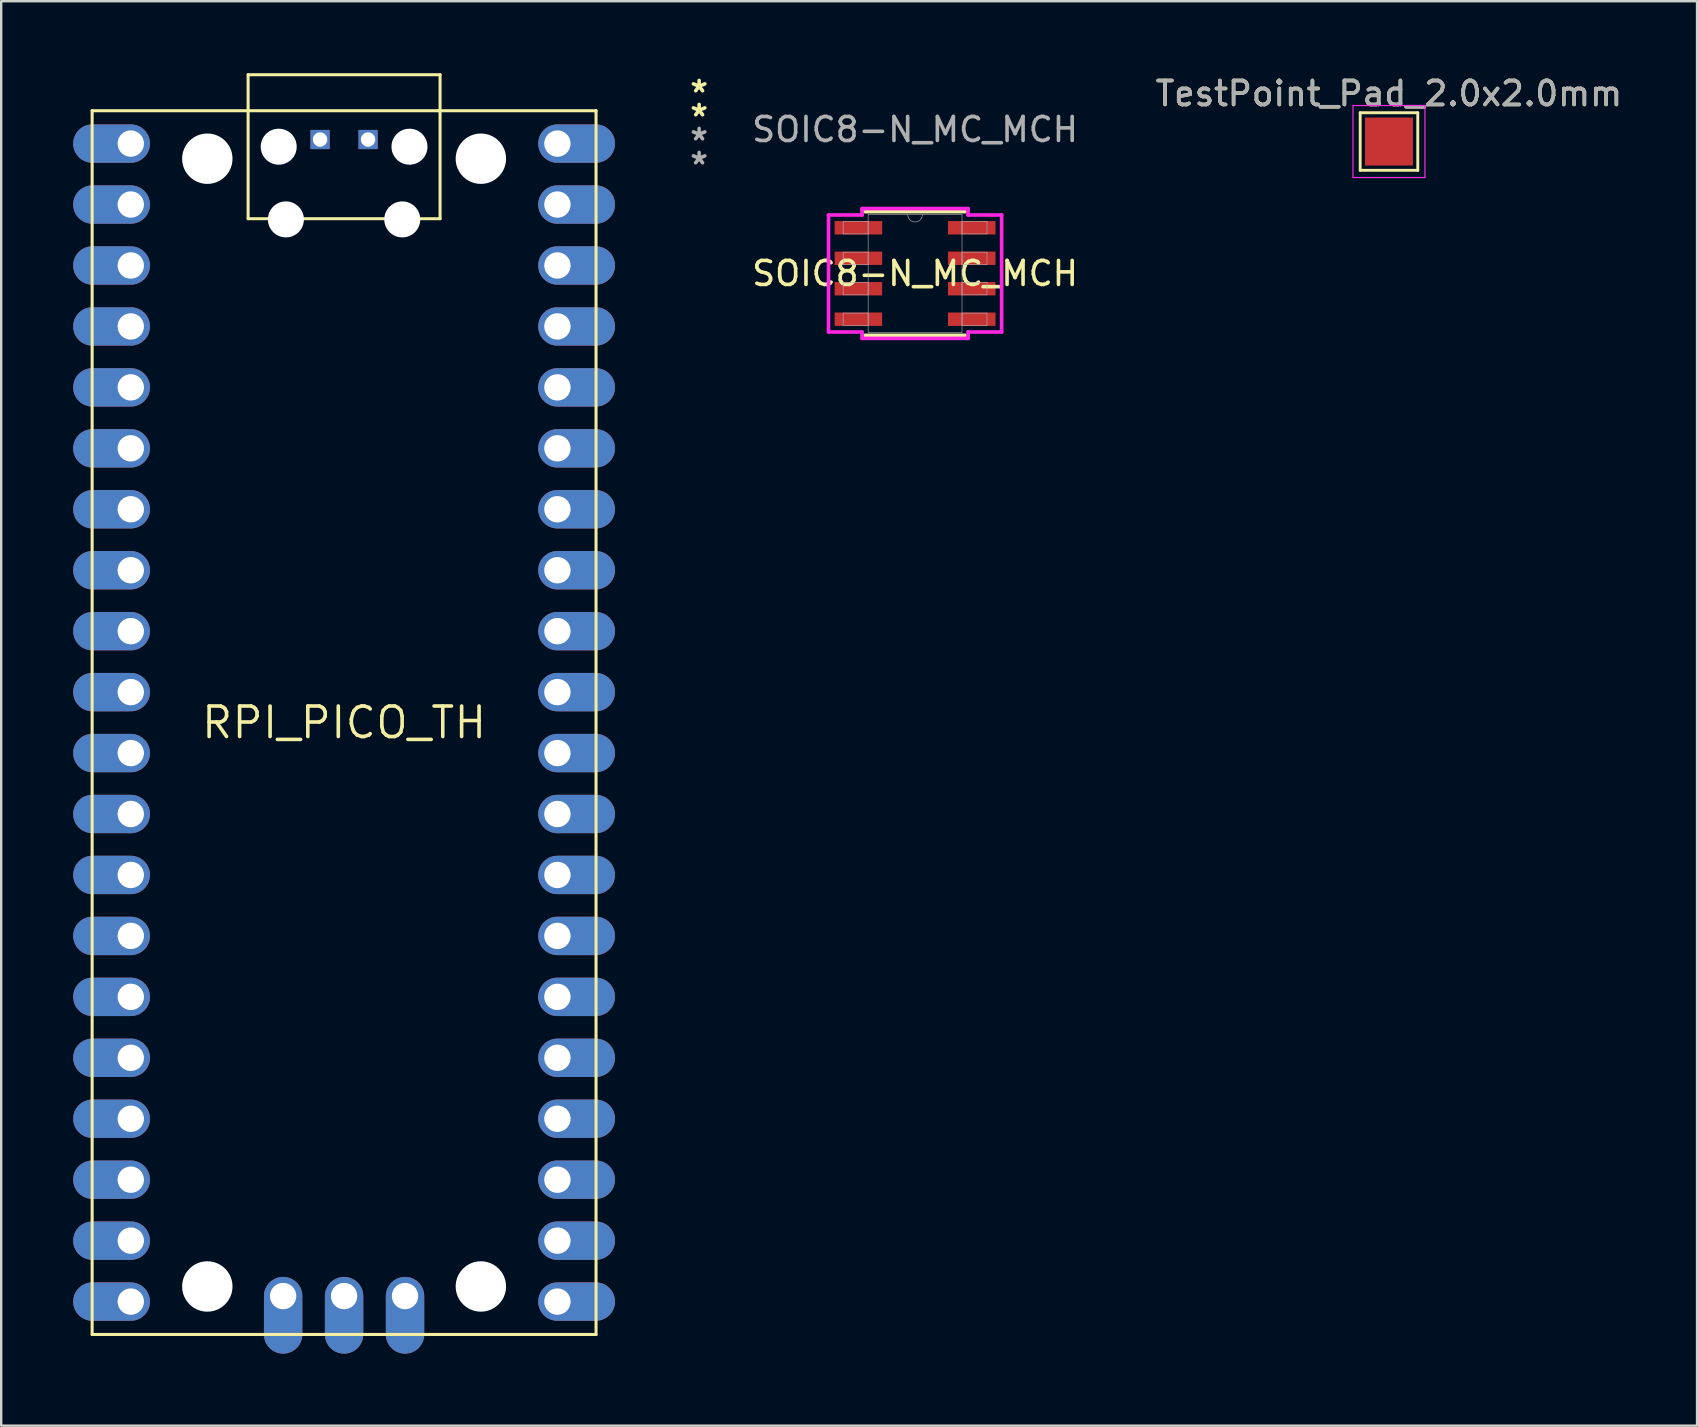
<source format=kicad_pcb>
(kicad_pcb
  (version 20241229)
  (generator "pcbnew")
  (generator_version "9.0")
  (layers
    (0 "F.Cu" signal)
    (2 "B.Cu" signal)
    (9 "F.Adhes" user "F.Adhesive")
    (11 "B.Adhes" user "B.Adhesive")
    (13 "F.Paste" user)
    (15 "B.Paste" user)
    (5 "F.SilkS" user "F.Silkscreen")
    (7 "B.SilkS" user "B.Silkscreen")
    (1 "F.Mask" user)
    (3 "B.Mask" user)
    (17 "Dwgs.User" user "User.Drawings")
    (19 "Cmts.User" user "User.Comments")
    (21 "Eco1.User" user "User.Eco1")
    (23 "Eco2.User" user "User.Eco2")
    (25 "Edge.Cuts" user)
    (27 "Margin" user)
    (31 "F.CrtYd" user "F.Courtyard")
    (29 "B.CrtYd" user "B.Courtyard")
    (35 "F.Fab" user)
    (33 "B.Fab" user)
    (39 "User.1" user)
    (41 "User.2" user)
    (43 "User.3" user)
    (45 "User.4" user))
  (footprint "SOIC8-N_MC_MCH"
    (layer "F.Cu")
    (at 35.086 8.348)
    (property "Reference" "SOIC8-N_MC_MCH" (at 0 0 0) (unlocked yes) (layer "F.SilkS") (effects (font (size 1 1) (thickness 0.15))))
    (attr smd)
    (fp_line (start -2.083 2.578) (end 2.083 2.578) (stroke (width 0.152) (type solid)) (layer "F.SilkS"))
    (fp_line (start 2.083 -2.578) (end -2.083 -2.578) (stroke (width 0.152) (type solid)) (layer "F.SilkS"))
    (fp_line (start -3.607 -2.438) (end -2.21 -2.438) (stroke (width 0.152) (type solid)) (layer "F.CrtYd"))
    (fp_line (start -3.607 2.438) (end -3.607 -2.438) (stroke (width 0.152) (type solid)) (layer "F.CrtYd"))
    (fp_line (start -3.607 2.438) (end -2.21 2.438) (stroke (width 0.152) (type solid)) (layer "F.CrtYd"))
    (fp_line (start -2.21 -2.705) (end 2.21 -2.705) (stroke (width 0.152) (type solid)) (layer "F.CrtYd"))
    (fp_line (start -2.21 -2.438) (end -2.21 -2.705) (stroke (width 0.152) (type solid)) (layer "F.CrtYd"))
    (fp_line (start -2.21 2.705) (end -2.21 2.438) (stroke (width 0.152) (type solid)) (layer "F.CrtYd"))
    (fp_line (start 2.21 -2.705) (end 2.21 -2.438) (stroke (width 0.152) (type solid)) (layer "F.CrtYd"))
    (fp_line (start 2.21 2.438) (end 2.21 2.705) (stroke (width 0.152) (type solid)) (layer "F.CrtYd"))
    (fp_line (start 2.21 2.705) (end -2.21 2.705) (stroke (width 0.152) (type solid)) (layer "F.CrtYd"))
    (fp_line (start 3.607 -2.438) (end 2.21 -2.438) (stroke (width 0.152) (type solid)) (layer "F.CrtYd"))
    (fp_line (start 3.607 -2.438) (end 3.607 2.438) (stroke (width 0.152) (type solid)) (layer "F.CrtYd"))
    (fp_line (start 3.607 2.438) (end 2.21 2.438) (stroke (width 0.152) (type solid)) (layer "F.CrtYd"))
    (fp_line (start -2.997 -2.159) (end -2.997 -1.651) (stroke (width 0.025) (type solid)) (layer "F.Fab"))
    (fp_line (start -2.997 -1.651) (end -1.956 -1.651) (stroke (width 0.025) (type solid)) (layer "F.Fab"))
    (fp_line (start -2.997 -0.889) (end -2.997 -0.381) (stroke (width 0.025) (type solid)) (layer "F.Fab"))
    (fp_line (start -2.997 -0.381) (end -1.956 -0.381) (stroke (width 0.025) (type solid)) (layer "F.Fab"))
    (fp_line (start -2.997 0.381) (end -2.997 0.889) (stroke (width 0.025) (type solid)) (layer "F.Fab"))
    (fp_line (start -2.997 0.889) (end -1.956 0.889) (stroke (width 0.025) (type solid)) (layer "F.Fab"))
    (fp_line (start -2.997 1.651) (end -2.997 2.159) (stroke (width 0.025) (type solid)) (layer "F.Fab"))
    (fp_line (start -2.997 2.159) (end -1.956 2.159) (stroke (width 0.025) (type solid)) (layer "F.Fab"))
    (fp_line (start -1.956 -2.451) (end -1.956 2.451) (stroke (width 0.025) (type solid)) (layer "F.Fab"))
    (fp_line (start -1.956 -2.159) (end -2.997 -2.159) (stroke (width 0.025) (type solid)) (layer "F.Fab"))
    (fp_line (start -1.956 -1.651) (end -1.956 -2.159) (stroke (width 0.025) (type solid)) (layer "F.Fab"))
    (fp_line (start -1.956 -0.889) (end -2.997 -0.889) (stroke (width 0.025) (type solid)) (layer "F.Fab"))
    (fp_line (start -1.956 -0.381) (end -1.956 -0.889) (stroke (width 0.025) (type solid)) (layer "F.Fab"))
    (fp_line (start -1.956 0.381) (end -2.997 0.381) (stroke (width 0.025) (type solid)) (layer "F.Fab"))
    (fp_line (start -1.956 0.889) (end -1.956 0.381) (stroke (width 0.025) (type solid)) (layer "F.Fab"))
    (fp_line (start -1.956 1.651) (end -2.997 1.651) (stroke (width 0.025) (type solid)) (layer "F.Fab"))
    (fp_line (start -1.956 2.159) (end -1.956 1.651) (stroke (width 0.025) (type solid)) (layer "F.Fab"))
    (fp_line (start -1.956 2.451) (end 1.956 2.451) (stroke (width 0.025) (type solid)) (layer "F.Fab"))
    (fp_line (start 1.956 -2.451) (end -1.956 -2.451) (stroke (width 0.025) (type solid)) (layer "F.Fab"))
    (fp_line (start 1.956 -2.159) (end 1.956 -1.651) (stroke (width 0.025) (type solid)) (layer "F.Fab"))
    (fp_line (start 1.956 -1.651) (end 2.997 -1.651) (stroke (width 0.025) (type solid)) (layer "F.Fab"))
    (fp_line (start 1.956 -0.889) (end 1.956 -0.381) (stroke (width 0.025) (type solid)) (layer "F.Fab"))
    (fp_line (start 1.956 -0.381) (end 2.997 -0.381) (stroke (width 0.025) (type solid)) (layer "F.Fab"))
    (fp_line (start 1.956 0.381) (end 1.956 0.889) (stroke (width 0.025) (type solid)) (layer "F.Fab"))
    (fp_line (start 1.956 0.889) (end 2.997 0.889) (stroke (width 0.025) (type solid)) (layer "F.Fab"))
    (fp_line (start 1.956 1.651) (end 1.956 2.159) (stroke (width 0.025) (type solid)) (layer "F.Fab"))
    (fp_line (start 1.956 2.159) (end 2.997 2.159) (stroke (width 0.025) (type solid)) (layer "F.Fab"))
    (fp_line (start 1.956 2.451) (end 1.956 -2.451) (stroke (width 0.025) (type solid)) (layer "F.Fab"))
    (fp_line (start 2.997 -2.159) (end 1.956 -2.159) (stroke (width 0.025) (type solid)) (layer "F.Fab"))
    (fp_line (start 2.997 -1.651) (end 2.997 -2.159) (stroke (width 0.025) (type solid)) (layer "F.Fab"))
    (fp_line (start 2.997 -0.889) (end 1.956 -0.889) (stroke (width 0.025) (type solid)) (layer "F.Fab"))
    (fp_line (start 2.997 -0.381) (end 2.997 -0.889) (stroke (width 0.025) (type solid)) (layer "F.Fab"))
    (fp_line (start 2.997 0.381) (end 1.956 0.381) (stroke (width 0.025) (type solid)) (layer "F.Fab"))
    (fp_line (start 2.997 0.889) (end 2.997 0.381) (stroke (width 0.025) (type solid)) (layer "F.Fab"))
    (fp_line (start 2.997 1.651) (end 1.956 1.651) (stroke (width 0.025) (type solid)) (layer "F.Fab"))
    (fp_line (start 2.997 2.159) (end 2.997 1.651) (stroke (width 0.025) (type solid)) (layer "F.Fab"))
    (fp_arc (start 0.3048 -2.4511) (mid 0 -2.1463) (end -0.3048 -2.4511) (stroke (width 0.0254) (type solid)) (layer "F.Fab"))
    (fp_text user "*" (at -9 -7.5 0) (layer "F.SilkS") (effects (font (size 1 1) (thickness 0.15))))
    (fp_text user "*" (at -9 -6.5 0) (unlocked yes) (layer "F.SilkS") (effects (font (size 1 1) (thickness 0.15))))
    (fp_text user "${REFERENCE}" (at 0 -6 0) (unlocked yes) (layer "F.Fab") (effects (font (size 1 1) (thickness 0.15))))
    (fp_text user "*" (at -9 -5.5 0) (layer "F.Fab") (effects (font (size 1 1) (thickness 0.15))))
    (fp_text user "*" (at -9 -4.5 0) (unlocked yes) (layer "F.Fab") (effects (font (size 1 1) (thickness 0.15))))
    (pad "1" smd rect (at -2.362 -1.905) (size 1.981 0.559) (layers "F.Cu" "F.Mask" "F.Paste"))
    (pad "2" smd rect (at -2.362 -0.635) (size 1.981 0.559) (layers "F.Cu" "F.Mask" "F.Paste"))
    (pad "3" smd rect (at -2.362 0.635) (size 1.981 0.559) (layers "F.Cu" "F.Mask" "F.Paste"))
    (pad "4" smd rect (at -2.362 1.905) (size 1.981 0.559) (layers "F.Cu" "F.Mask" "F.Paste"))
    (pad "5" smd rect (at 2.362 1.905) (size 1.981 0.559) (layers "F.Cu" "F.Mask" "F.Paste"))
    (pad "6" smd rect (at 2.362 0.635) (size 1.981 0.559) (layers "F.Cu" "F.Mask" "F.Paste"))
    (pad "7" smd rect (at 2.362 -0.635) (size 1.981 0.559) (layers "F.Cu" "F.Mask" "F.Paste"))
    (pad "8" smd rect (at 2.362 -1.905) (size 1.981 0.559) (layers "F.Cu" "F.Mask" "F.Paste")))
  (footprint "TestPoint_Pad_2.0x2.0mm"
    (layer "F.Cu")
    (at 54.836 2.848)
    (property "Reference" "TestPoint_Pad_2.0x2.0mm" (at 0 -1.998 0) (layer "F.SilkS") (effects (font (size 1 1) (thickness 0.15))))
    (attr exclude_from_pos_files exclude_from_bom)
    (fp_line (start -1.2 -1.2) (end 1.2 -1.2) (stroke (width 0.12) (type solid)) (layer "F.SilkS"))
    (fp_line (start -1.2 1.2) (end -1.2 -1.2) (stroke (width 0.12) (type solid)) (layer "F.SilkS"))
    (fp_line (start 1.2 -1.2) (end 1.2 1.2) (stroke (width 0.12) (type solid)) (layer "F.SilkS"))
    (fp_line (start 1.2 1.2) (end -1.2 1.2) (stroke (width 0.12) (type solid)) (layer "F.SilkS"))
    (fp_line (start -1.5 -1.5) (end -1.5 1.5) (stroke (width 0.05) (type solid)) (layer "F.CrtYd"))
    (fp_line (start -1.5 -1.5) (end 1.5 -1.5) (stroke (width 0.05) (type solid)) (layer "F.CrtYd"))
    (fp_line (start 1.5 1.5) (end -1.5 1.5) (stroke (width 0.05) (type solid)) (layer "F.CrtYd"))
    (fp_line (start 1.5 1.5) (end 1.5 -1.5) (stroke (width 0.05) (type solid)) (layer "F.CrtYd"))
    (fp_text user "${REFERENCE}" (at 0 -2 0) (layer "F.Fab") (effects (font (size 1 1) (thickness 0.15))))
    (pad "1" smd rect (at 0 0) (size 2 2) (layers "F.Cu" "F.Mask")))
  (footprint "RPI_PICO_TH"
    (layer "F.Cu")
    (at 11.29 27.064)
    (property "Reference" "RPI_PICO_TH" (at 0 0 0) (layer "F.SilkS") (effects (font (size 1.27 1.27) (thickness 0.15))))
    (fp_line (start -10.5 -25.5) (end -4 -25.5) (stroke (width 0.127) (type solid)) (layer "F.SilkS"))
    (fp_line (start -10.5 25.5) (end -10.5 -25.5) (stroke (width 0.127) (type solid)) (layer "F.SilkS"))
    (fp_line (start -4 -27) (end 4 -27) (stroke (width 0.127) (type solid)) (layer "F.SilkS"))
    (fp_line (start -4 -25.5) (end -4 -27) (stroke (width 0.127) (type solid)) (layer "F.SilkS"))
    (fp_line (start -4 -25.5) (end -4 -21) (stroke (width 0.127) (type solid)) (layer "F.SilkS"))
    (fp_line (start -4 -25.5) (end 3.9 -25.5) (stroke (width 0.127) (type solid)) (layer "F.SilkS"))
    (fp_line (start -4 -21) (end 4 -21) (stroke (width 0.127) (type solid)) (layer "F.SilkS"))
    (fp_line (start 3.9 -25.5) (end 10.5 -25.5) (stroke (width 0.127) (type solid)) (layer "F.SilkS"))
    (fp_line (start 4 -27) (end 4 -25.5) (stroke (width 0.127) (type solid)) (layer "F.SilkS"))
    (fp_line (start 4 -21) (end 4 -25.5) (stroke (width 0.127) (type solid)) (layer "F.SilkS"))
    (fp_line (start 10.5 -25.5) (end 10.5 25.5) (stroke (width 0.127) (type solid)) (layer "F.SilkS"))
    (fp_line (start 10.5 25.5) (end -10.5 25.5) (stroke (width 0.127) (type solid)) (layer "F.SilkS"))
    (pad "" np_thru_hole circle (at -5.7 -23.5) (size 2.1 2.1) (drill 2.1) (layers "*.Cu" "*.Mask"))
    (pad "" np_thru_hole circle (at -5.7 23.5) (size 2.1 2.1) (drill 2.1) (layers "*.Cu" "*.Mask"))
    (pad "" np_thru_hole circle (at -2.725 -24) (size 1.5 1.5) (drill 1.5) (layers "*.Cu" "*.Mask"))
    (pad "" np_thru_hole circle (at -2.425 -20.97) (size 1.5 1.5) (drill 1.5) (layers "*.Cu" "*.Mask"))
    (pad "" np_thru_hole circle (at 2.425 -20.97) (size 1.5 1.5) (drill 1.5) (layers "*.Cu" "*.Mask"))
    (pad "" np_thru_hole circle (at 2.725 -24) (size 1.5 1.5) (drill 1.5) (layers "*.Cu" "*.Mask"))
    (pad "" np_thru_hole circle (at 5.7 -23.5) (size 2.1 2.1) (drill 2.1) (layers "*.Cu" "*.Mask"))
    (pad "" np_thru_hole circle (at 5.7 23.5) (size 2.1 2.1) (drill 2.1) (layers "*.Cu" "*.Mask"))
    (pad "3V3" thru_hole oval (at 8.89 -13.97) (size 3.2 1.6) (drill 1.1 (offset 0.8 0)) (layers "*.Cu" "*.Mask"))
    (pad "3V3_EN" thru_hole oval (at 8.89 -16.51) (size 3.2 1.6) (drill 1.1 (offset 0.8 0)) (layers "*.Cu" "*.Mask"))
    (pad "ADC_VREF" thru_hole oval (at 8.89 -11.43) (size 3.2 1.6) (drill 1.1 (offset 0.8 0)) (layers "*.Cu" "*.Mask"))
    (pad "AGND" thru_hole oval (at 8.89 -6.35) (size 3.2 1.6) (drill 1.1 (offset 0.8 0)) (layers "*.Cu" "*.Mask"))
    (pad "GND@1" thru_hole oval (at -8.89 -19.05 180) (size 3.2 1.6) (drill 1.1 (offset 0.8 0)) (layers "*.Cu" "*.Mask"))
    (pad "GND@2" thru_hole oval (at -8.89 -6.35 180) (size 3.2 1.6) (drill 1.1 (offset 0.8 0)) (layers "*.Cu" "*.Mask"))
    (pad "GND@3" thru_hole oval (at -8.89 6.35 180) (size 3.2 1.6) (drill 1.1 (offset 0.8 0)) (layers "*.Cu" "*.Mask"))
    (pad "GND@4" thru_hole oval (at -8.89 19.05 180) (size 3.2 1.6) (drill 1.1 (offset 0.8 0)) (layers "*.Cu" "*.Mask"))
    (pad "GND@5" thru_hole oval (at 0 23.9 270) (size 3.2 1.6) (drill 1.1 (offset 0.8 0)) (layers "*.Cu" "*.Mask"))
    (pad "GND@6" thru_hole oval (at 8.89 19.05) (size 3.2 1.6) (drill 1.1 (offset 0.8 0)) (layers "*.Cu" "*.Mask"))
    (pad "GND@7" thru_hole oval (at 8.89 6.35) (size 3.2 1.6) (drill 1.1 (offset 0.8 0)) (layers "*.Cu" "*.Mask"))
    (pad "GND@8" thru_hole oval (at 8.89 -19.05) (size 3.2 1.6) (drill 1.1 (offset 0.8 0)) (layers "*.Cu" "*.Mask"))
    (pad "GP0" thru_hole oval (at -8.89 -24.13 180) (size 3.2 1.6) (drill 1.1 (offset 0.8 0)) (layers "*.Cu" "*.Mask"))
    (pad "GP1" thru_hole oval (at -8.89 -21.59 180) (size 3.2 1.6) (drill 1.1 (offset 0.8 0)) (layers "*.Cu" "*.Mask"))
    (pad "GP2" thru_hole oval (at -8.89 -16.51 180) (size 3.2 1.6) (drill 1.1 (offset 0.8 0)) (layers "*.Cu" "*.Mask"))
    (pad "GP3" thru_hole oval (at -8.89 -13.97 180) (size 3.2 1.6) (drill 1.1 (offset 0.8 0)) (layers "*.Cu" "*.Mask"))
    (pad "GP4" thru_hole oval (at -8.89 -11.43 180) (size 3.2 1.6) (drill 1.1 (offset 0.8 0)) (layers "*.Cu" "*.Mask"))
    (pad "GP5" thru_hole oval (at -8.89 -8.89 180) (size 3.2 1.6) (drill 1.1 (offset 0.8 0)) (layers "*.Cu" "*.Mask"))
    (pad "GP6" thru_hole oval (at -8.89 -3.81 180) (size 3.2 1.6) (drill 1.1 (offset 0.8 0)) (layers "*.Cu" "*.Mask"))
    (pad "GP7" thru_hole oval (at -8.89 -1.27 180) (size 3.2 1.6) (drill 1.1 (offset 0.8 0)) (layers "*.Cu" "*.Mask"))
    (pad "GP8" thru_hole oval (at -8.89 1.27 180) (size 3.2 1.6) (drill 1.1 (offset 0.8 0)) (layers "*.Cu" "*.Mask"))
    (pad "GP9" thru_hole oval (at -8.89 3.81 180) (size 3.2 1.6) (drill 1.1 (offset 0.8 0)) (layers "*.Cu" "*.Mask"))
    (pad "GP10" thru_hole oval (at -8.89 8.89 180) (size 3.2 1.6) (drill 1.1 (offset 0.8 0)) (layers "*.Cu" "*.Mask"))
    (pad "GP11" thru_hole oval (at -8.89 11.43 180) (size 3.2 1.6) (drill 1.1 (offset 0.8 0)) (layers "*.Cu" "*.Mask"))
    (pad "GP12" thru_hole oval (at -8.89 13.97 180) (size 3.2 1.6) (drill 1.1 (offset 0.8 0)) (layers "*.Cu" "*.Mask"))
    (pad "GP13" thru_hole oval (at -8.89 16.51 180) (size 3.2 1.6) (drill 1.1 (offset 0.8 0)) (layers "*.Cu" "*.Mask"))
    (pad "GP14" thru_hole oval (at -8.89 21.59 180) (size 3.2 1.6) (drill 1.1 (offset 0.8 0)) (layers "*.Cu" "*.Mask"))
    (pad "GP15" thru_hole oval (at -8.89 24.13 180) (size 3.2 1.6) (drill 1.1 (offset 0.8 0)) (layers "*.Cu" "*.Mask"))
    (pad "GP16" thru_hole oval (at 8.89 24.13) (size 3.2 1.6) (drill 1.1 (offset 0.8 0)) (layers "*.Cu" "*.Mask"))
    (pad "GP17" thru_hole oval (at 8.89 21.59) (size 3.2 1.6) (drill 1.1 (offset 0.8 0)) (layers "*.Cu" "*.Mask"))
    (pad "GP18" thru_hole oval (at 8.89 16.51) (size 3.2 1.6) (drill 1.1 (offset 0.8 0)) (layers "*.Cu" "*.Mask"))
    (pad "GP19" thru_hole oval (at 8.89 13.97) (size 3.2 1.6) (drill 1.1 (offset 0.8 0)) (layers "*.Cu" "*.Mask"))
    (pad "GP20" thru_hole oval (at 8.89 11.43) (size 3.2 1.6) (drill 1.1 (offset 0.8 0)) (layers "*.Cu" "*.Mask"))
    (pad "GP21" thru_hole oval (at 8.89 8.89) (size 3.2 1.6) (drill 1.1 (offset 0.8 0)) (layers "*.Cu" "*.Mask"))
    (pad "GP22" thru_hole oval (at 8.89 3.81) (size 3.2 1.6) (drill 1.1 (offset 0.8 0)) (layers "*.Cu" "*.Mask"))
    (pad "GP26_A0" thru_hole oval (at 8.89 -1.27) (size 3.2 1.6) (drill 1.1 (offset 0.8 0)) (layers "*.Cu" "*.Mask"))
    (pad "GP27_A1" thru_hole oval (at 8.89 -3.81) (size 3.2 1.6) (drill 1.1 (offset 0.8 0)) (layers "*.Cu" "*.Mask"))
    (pad "GP28_A2" thru_hole oval (at 8.89 -8.89) (size 3.2 1.6) (drill 1.1 (offset 0.8 0)) (layers "*.Cu" "*.Mask"))
    (pad "RUN" thru_hole oval (at 8.89 1.27) (size 3.2 1.6) (drill 1.1 (offset 0.8 0)) (layers "*.Cu" "*.Mask"))
    (pad "SWCLK" thru_hole oval (at -2.54 23.9 270) (size 3.2 1.6) (drill 1.1 (offset 0.8 0)) (layers "*.Cu" "*.Mask"))
    (pad "SWDIO" thru_hole oval (at 2.54 23.9 270) (size 3.2 1.6) (drill 1.1 (offset 0.8 0)) (layers "*.Cu" "*.Mask"))
    (pad "TP2" thru_hole rect (at 1 -24.3) (size 0.8 0.8) (drill 0.6) (layers "*.Cu" "*.Mask"))
    (pad "TP3" thru_hole rect (at -1 -24.3) (size 0.8 0.8) (drill 0.6) (layers "*.Cu" "*.Mask"))
    (pad "VBUS" thru_hole oval (at 8.89 -24.13) (size 3.2 1.6) (drill 1.1 (offset 0.8 0)) (layers "*.Cu" "*.Mask"))
    (pad "VSYS" thru_hole oval (at 8.89 -21.59) (size 3.2 1.6) (drill 1.1 (offset 0.8 0)) (layers "*.Cu" "*.Mask")))
  (gr_rect
    (start -3 -3)
    (end 67.675 56.364)
    (stroke (width 0.1) (type default))
    (fill no)
    (layer "Edge.Cuts")))
</source>
